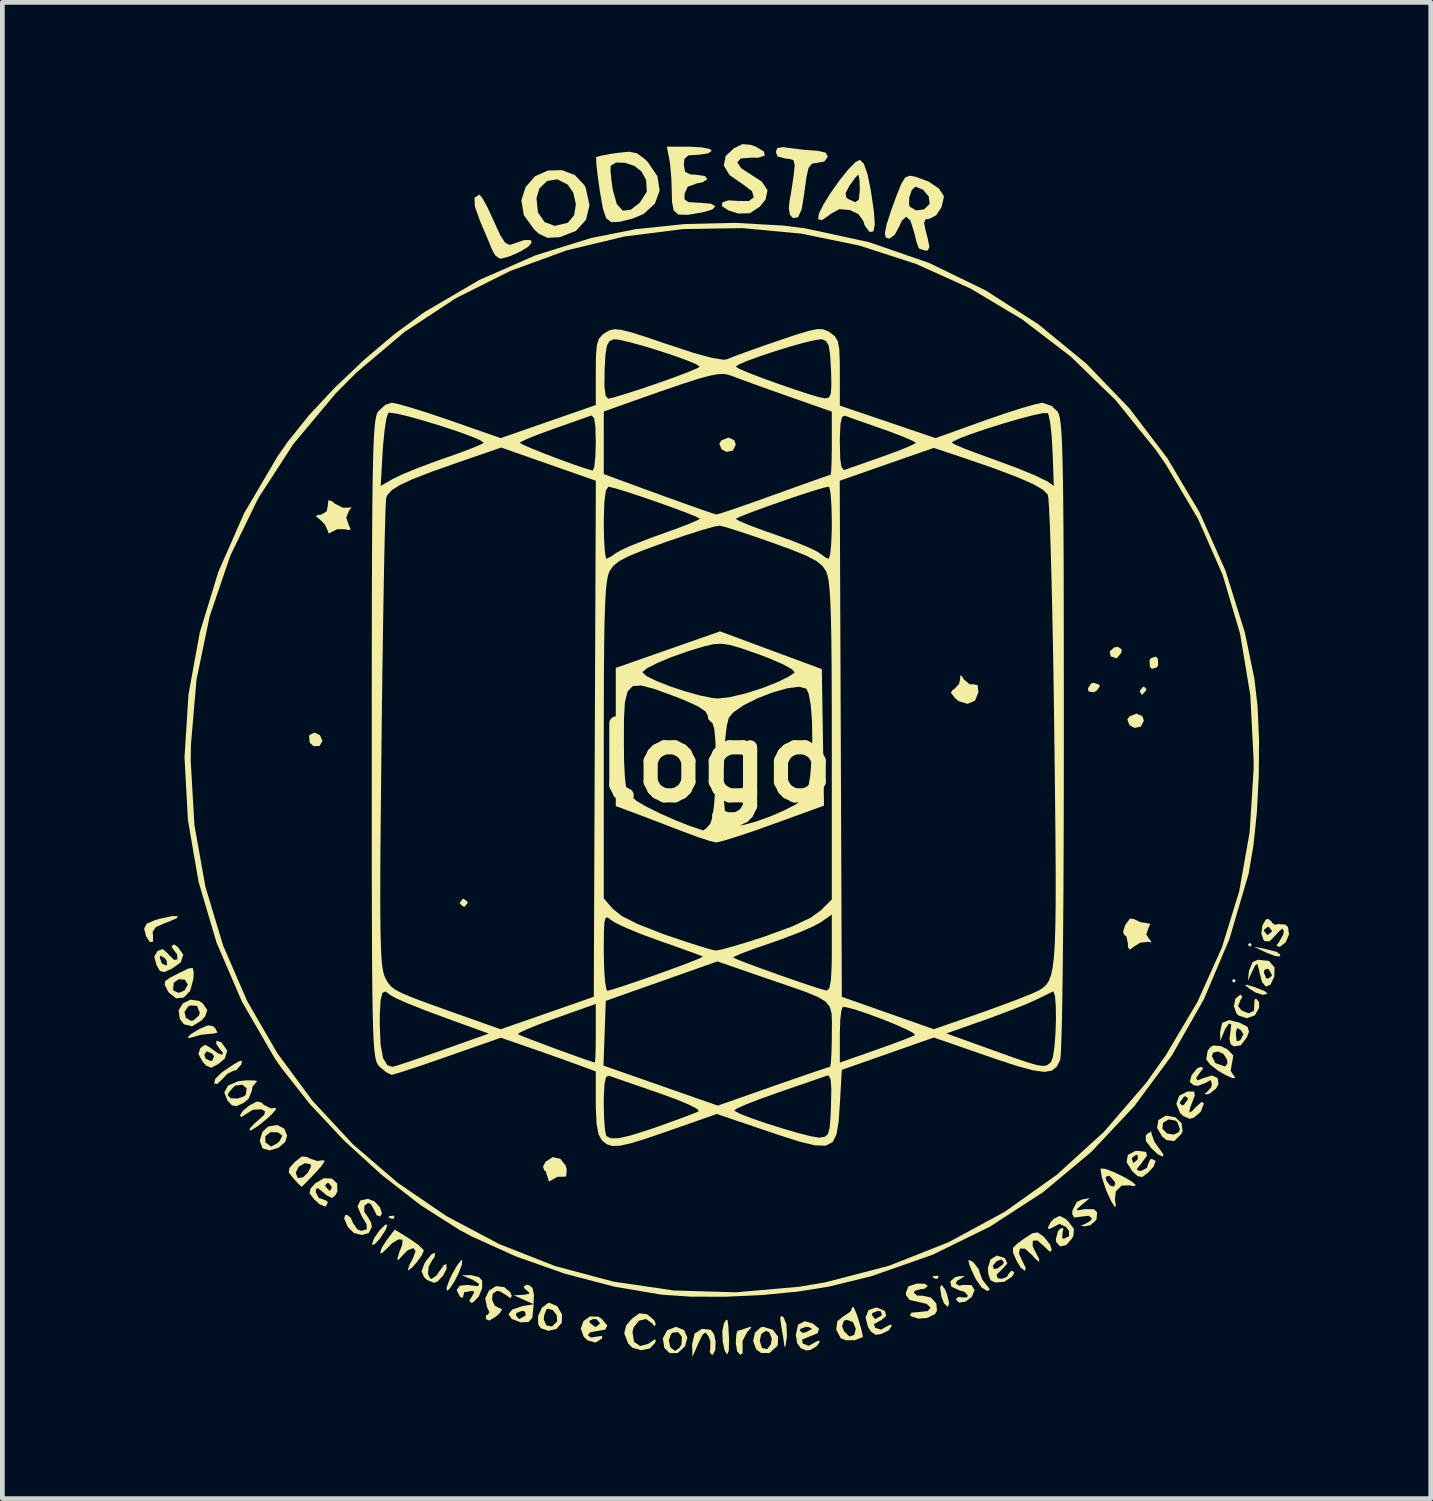
<source format=kicad_pcb>
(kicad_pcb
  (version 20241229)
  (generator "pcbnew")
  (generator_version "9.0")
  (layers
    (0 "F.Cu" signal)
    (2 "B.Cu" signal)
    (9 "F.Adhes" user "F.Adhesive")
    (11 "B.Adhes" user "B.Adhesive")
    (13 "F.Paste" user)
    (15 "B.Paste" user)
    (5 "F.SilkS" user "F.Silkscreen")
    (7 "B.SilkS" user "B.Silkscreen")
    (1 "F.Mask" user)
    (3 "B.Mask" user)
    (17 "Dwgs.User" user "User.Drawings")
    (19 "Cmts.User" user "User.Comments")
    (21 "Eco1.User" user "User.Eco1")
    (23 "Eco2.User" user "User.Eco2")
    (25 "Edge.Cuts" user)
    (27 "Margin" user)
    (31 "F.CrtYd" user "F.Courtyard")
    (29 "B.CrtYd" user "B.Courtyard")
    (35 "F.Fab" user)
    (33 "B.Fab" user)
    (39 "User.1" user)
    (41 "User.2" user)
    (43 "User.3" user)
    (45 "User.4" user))
  (footprint "logo"
    (layer "F.Cu")
    (at 12.099 13.093)
    (property "Reference" "logo" (at 0 0 0) (layer "F.SilkS") (effects (font (size 1.524 1.524) (thickness 0.3))))
    (attr board_only exclude_from_pos_files exclude_from_bom)
    (fp_poly (pts (xy -3.852 11.459) (xy -3.857 11.46) (xy -3.856 11.458)) (stroke (width 0) (type solid)) (fill yes) (layer "F.SilkS"))
    (fp_poly (pts (xy 11.007 4.614) (xy 10.964 4.657) (xy 10.922 4.614) (xy 10.964 4.572)) (stroke (width 0) (type solid)) (fill yes) (layer "F.SilkS"))
    (fp_poly (pts (xy 11.345 3.852) (xy 11.303 3.895) (xy 11.261 3.852) (xy 11.303 3.81)) (stroke (width 0) (type solid)) (fill yes) (layer "F.SilkS"))
    (fp_poly (pts (xy -6.802 9.596) (xy -6.813 9.646) (xy -6.858 9.652) (xy -6.928 9.621) (xy -6.914 9.596) (xy -6.814 9.585)) (stroke (width 0) (type solid)) (fill yes) (layer "F.SilkS"))
    (fp_poly (pts (xy 4.713 10.866) (xy 4.701 10.916) (xy 4.657 10.922) (xy 4.587 10.891) (xy 4.6 10.866) (xy 4.701 10.855)) (stroke (width 0) (type solid)) (fill yes) (layer "F.SilkS"))
    (fp_poly (pts (xy -8.376 -0.583) (xy -8.326 -0.462) (xy -8.385 -0.357) (xy -8.507 -0.351) (xy -8.594 -0.423) (xy -8.608 -0.563) (xy -8.596 -0.589) (xy -8.492 -0.64)) (stroke (width 0) (type solid)) (fill yes) (layer "F.SilkS"))
    (fp_poly (pts (xy -5.252 2.943) (xy -5.249 2.963) (xy -5.314 3.046) (xy -5.334 3.048) (xy -5.416 2.984) (xy -5.419 2.963) (xy -5.354 2.881) (xy -5.334 2.879)) (stroke (width 0) (type solid)) (fill yes) (layer "F.SilkS"))
    (fp_poly (pts (xy 0.391 -6.827) (xy 0.423 -6.733) (xy 0.36 -6.607) (xy 0.224 -6.579) (xy 0.119 -6.639) (xy 0.074 -6.759) (xy 0.121 -6.825) (xy 0.267 -6.883)) (stroke (width 0) (type solid)) (fill yes) (layer "F.SilkS"))
    (fp_poly (pts (xy 8.114 -1.652) (xy 8.128 -1.618) (xy 8.061 -1.525) (xy 8.001 -1.493) (xy 7.892 -1.506) (xy 7.874 -1.569) (xy 7.942 -1.679) (xy 8.001 -1.693)) (stroke (width 0) (type solid)) (fill yes) (layer "F.SilkS"))
    (fp_poly (pts (xy 8.592 -2.398) (xy 8.582 -2.328) (xy 8.485 -2.209) (xy 8.36 -2.251) (xy 8.356 -2.255) (xy 8.337 -2.359) (xy 8.433 -2.442) (xy 8.511 -2.455)) (stroke (width 0) (type solid)) (fill yes) (layer "F.SilkS"))
    (fp_poly (pts (xy 9.027 -0.985) (xy 9.059 -0.891) (xy 8.996 -0.765) (xy 8.86 -0.737) (xy 8.755 -0.797) (xy 8.71 -0.917) (xy 8.757 -0.983) (xy 8.903 -1.041)) (stroke (width 0) (type solid)) (fill yes) (layer "F.SilkS"))
    (fp_poly (pts (xy 9.115 -1.557) (xy 9.102 -1.524) (xy 9.026 -1.443) (xy 9.012 -1.439) (xy 8.976 -1.505) (xy 8.975 -1.524) (xy 9.04 -1.605) (xy 9.064 -1.609)) (stroke (width 0) (type solid)) (fill yes) (layer "F.SilkS"))
    (fp_poly (pts (xy 9.356 -2.201) (xy 9.362 -2.061) (xy 9.332 -2.017) (xy 9.229 -1.987) (xy 9.186 -2.032) (xy 9.18 -2.172) (xy 9.21 -2.216) (xy 9.313 -2.246)) (stroke (width 0) (type solid)) (fill yes) (layer "F.SilkS"))
    (fp_poly (pts (xy 11.641 3.943) (xy 11.873 4.003) (xy 11.949 4.063) (xy 11.931 4.099) (xy 11.839 4.09) (xy 11.662 4.023) (xy 11.642 4.013) (xy 11.388 3.894)) (stroke (width 0) (type solid)) (fill yes) (layer "F.SilkS"))
    (fp_poly (pts (xy 4.856 11.154) (xy 4.896 11.256) (xy 4.939 11.439) (xy 4.911 11.514) (xy 4.908 11.515) (xy 4.831 11.443) (xy 4.775 11.299) (xy 4.746 11.099) (xy 4.781 11.048)) (stroke (width 0) (type solid)) (fill yes) (layer "F.SilkS"))
    (fp_poly (pts (xy -6.951 9.78) (xy -6.985 9.882) (xy -7.096 10.054) (xy -7.112 10.075) (xy -7.224 10.192) (xy -7.278 10.199) (xy -7.279 10.191) (xy -7.231 10.062) (xy -7.115 9.894) (xy -6.995 9.775)) (stroke (width 0) (type solid)) (fill yes) (layer "F.SilkS"))
    (fp_poly (pts (xy 11.404 4.749) (xy 11.409 4.751) (xy 11.619 4.834) (xy 11.679 4.889) (xy 11.582 4.911) (xy 11.573 4.911) (xy 11.423 4.862) (xy 11.298 4.785) (xy 11.204 4.706) (xy 11.233 4.696)) (stroke (width 0) (type solid)) (fill yes) (layer "F.SilkS"))
    (fp_poly (pts (xy -5.372 10.619) (xy -5.439 10.794) (xy -5.537 10.987) (xy -5.634 11.133) (xy -5.69 11.176) (xy -5.698 11.11) (xy -5.637 10.941) (xy -5.584 10.829) (xy -5.472 10.633) (xy -5.389 10.528) (xy -5.367 10.522)) (stroke (width 0) (type solid)) (fill yes) (layer "F.SilkS"))
    (fp_poly (pts (xy -3.945 11.058) (xy -3.877 11.119) (xy -3.849 11.257) (xy -3.856 11.458) (xy -4.276 11.271) (xy -4.064 11.259) (xy -3.944 11.237) (xy -3.958 11.205) (xy -4.056 11.118) (xy -4.064 11.087) (xy -4.002 11.045)) (stroke (width 0) (type solid)) (fill yes) (layer "F.SilkS"))
    (fp_poly (pts (xy 9.229 7.872) (xy 9.282 8.021) (xy 9.369 8.143) (xy 9.473 8.287) (xy 9.46 8.337) (xy 9.358 8.288) (xy 9.227 8.169) (xy 9.101 8.004) (xy 9.099 7.893) (xy 9.128 7.856) (xy 9.211 7.802)) (stroke (width 0) (type solid)) (fill yes) (layer "F.SilkS"))
    (fp_poly (pts (xy 0.249 11.799) (xy 0.265 11.924) (xy 0.28 12.188) (xy 0.281 12.213) (xy 0.275 12.445) (xy 0.238 12.523) (xy 0.187 12.441) (xy 0.146 12.255) (xy 0.138 12.025) (xy 0.176 11.855) (xy 0.177 11.853) (xy 0.222 11.785)) (stroke (width 0) (type solid)) (fill yes) (layer "F.SilkS"))
    (fp_poly (pts (xy 1.434 11.736) (xy 1.495 11.884) (xy 1.505 12.124) (xy 1.502 12.16) (xy 1.478 12.332) (xy 1.459 12.375) (xy 1.454 12.351) (xy 1.428 12.174) (xy 1.387 11.936) (xy 1.386 11.927) (xy 1.362 11.746) (xy 1.392 11.706)) (stroke (width 0) (type solid)) (fill yes) (layer "F.SilkS"))
    (fp_poly (pts (xy -10.641 5.573) (xy -10.589 5.624) (xy -10.547 5.711) (xy -10.646 5.735) (xy -10.686 5.735) (xy -10.911 5.759) (xy -11.028 5.795) (xy -11.149 5.827) (xy -11.176 5.811) (xy -11.109 5.743) (xy -10.946 5.643) (xy -10.931 5.635) (xy -10.748 5.557)) (stroke (width 0) (type solid)) (fill yes) (layer "F.SilkS"))
    (fp_poly (pts (xy -10.025 6.316) (xy -10.043 6.388) (xy -10.146 6.503) (xy -10.207 6.519) (xy -10.338 6.583) (xy -10.443 6.695) (xy -10.551 6.798) (xy -10.618 6.786) (xy -10.592 6.687) (xy -10.459 6.556) (xy -10.436 6.54) (xy -10.195 6.377) (xy -10.066 6.306)) (stroke (width 0) (type solid)) (fill yes) (layer "F.SilkS"))
    (fp_poly (pts (xy 5.398 10.536) (xy 5.461 10.583) (xy 5.568 10.724) (xy 5.588 10.799) (xy 5.643 10.944) (xy 5.721 11.043) (xy 5.803 11.145) (xy 5.754 11.176) (xy 5.737 11.176) (xy 5.628 11.106) (xy 5.505 10.933) (xy 5.477 10.877) (xy 5.369 10.636) (xy 5.343 10.527)) (stroke (width 0) (type solid)) (fill yes) (layer "F.SilkS"))
    (fp_poly (pts (xy -11.405 3.287) (xy -11.575 3.364) (xy -11.644 3.387) (xy -11.849 3.476) (xy -11.919 3.578) (xy -11.911 3.65) (xy -11.911 3.786) (xy -11.978 3.794) (xy -12.056 3.676) (xy -12.099 3.51) (xy -12.046 3.407) (xy -11.868 3.33) (xy -11.76 3.3) (xy -11.51 3.246) (xy -11.388 3.245)) (stroke (width 0) (type solid)) (fill yes) (layer "F.SilkS"))
    (fp_poly (pts (xy -3.291 8.382) (xy -3.175 8.529) (xy -3.154 8.62) (xy -3.167 8.754) (xy -3.221 8.761) (xy -3.352 8.762) (xy -3.433 8.808) (xy -3.531 8.864) (xy -3.556 8.783) (xy -3.556 8.78) (xy -3.599 8.648) (xy -3.635 8.622) (xy -3.655 8.544) (xy -3.603 8.444) (xy -3.452 8.346)) (stroke (width 0) (type solid)) (fill yes) (layer "F.SilkS"))
    (fp_poly (pts (xy 0.73 11.979) (xy 0.664 12.047) (xy 0.566 12.235) (xy 0.568 12.36) (xy 0.566 12.497) (xy 0.518 12.531) (xy 0.452 12.457) (xy 0.423 12.28) (xy 0.423 12.277) (xy 0.434 12.098) (xy 0.458 12.023) (xy 0.459 12.023) (xy 0.558 11.996) (xy 0.649 11.964) (xy 0.754 11.931)) (stroke (width 0) (type solid)) (fill yes) (layer "F.SilkS"))
    (fp_poly (pts (xy 5.225 -1.81) (xy 5.254 -1.76) (xy 5.373 -1.661) (xy 5.455 -1.66) (xy 5.542 -1.641) (xy 5.558 -1.493) (xy 5.485 -1.313) (xy 5.327 -1.246) (xy 5.136 -1.306) (xy 5.065 -1.366) (xy 4.975 -1.482) (xy 5.013 -1.544) (xy 5.044 -1.557) (xy 5.149 -1.671) (xy 5.167 -1.754) (xy 5.178 -1.858)) (stroke (width 0) (type solid)) (fill yes) (layer "F.SilkS"))
    (fp_poly (pts (xy -0.106 12.001) (xy -0.036 12.093) (xy -0.003 12.259) (xy -0.011 12.428) (xy -0.062 12.526) (xy -0.082 12.531) (xy -0.13 12.469) (xy -0.117 12.409) (xy -0.116 12.238) (xy -0.155 12.137) (xy -0.217 12.058) (xy -0.278 12.099) (xy -0.366 12.279) (xy -0.366 12.28) (xy -0.494 12.573) (xy -0.501 12.308) (xy -0.449 12.081) (xy -0.293 11.98)) (stroke (width 0) (type solid)) (fill yes) (layer "F.SilkS"))
    (fp_poly (pts (xy 8.843 3.306) (xy 8.99 3.375) (xy 9.087 3.387) (xy 9.196 3.41) (xy 9.156 3.499) (xy 9.111 3.633) (xy 9.167 3.721) (xy 9.225 3.8) (xy 9.146 3.79) (xy 9.144 3.789) (xy 8.985 3.807) (xy 8.869 3.877) (xy 8.758 3.957) (xy 8.723 3.901) (xy 8.721 3.823) (xy 8.691 3.679) (xy 8.644 3.641) (xy 8.619 3.576) (xy 8.665 3.433) (xy 8.765 3.297)) (stroke (width 0) (type solid)) (fill yes) (layer "F.SilkS"))
    (fp_poly (pts (xy 11.144 4.958) (xy 11.101 5.026) (xy 11.054 5.151) (xy 11.129 5.245) (xy 11.278 5.303) (xy 11.388 5.25) (xy 11.397 5.117) (xy 11.396 5.114) (xy 11.402 5.01) (xy 11.439 4.995) (xy 11.497 5.066) (xy 11.499 5.186) (xy 11.408 5.346) (xy 11.239 5.406) (xy 11.062 5.349) (xy 11.019 5.306) (xy 10.964 5.153) (xy 10.995 4.995) (xy 11.094 4.912) (xy 11.111 4.911)) (stroke (width 0) (type solid)) (fill yes) (layer "F.SilkS"))
    (fp_poly (pts (xy -3.858 11.505) (xy -3.883 11.748) (xy -3.962 11.834) (xy -4.129 11.843) (xy -4.317 11.771) (xy -4.378 11.684) (xy -4.233 11.684) (xy -4.173 11.766) (xy -4.154 11.769) (xy -4.039 11.707) (xy -4.022 11.684) (xy -4.041 11.612) (xy -4.101 11.599) (xy -4.217 11.644) (xy -4.233 11.684) (xy -4.378 11.684) (xy -4.388 11.67) (xy -4.309 11.573) (xy -4.101 11.501) (xy -4.064 11.494) (xy -3.857 11.46)) (stroke (width 0) (type solid)) (fill yes) (layer "F.SilkS"))
    (fp_poly (pts (xy 7.747 9.354) (xy 7.636 9.453) (xy 7.665 9.473) (xy 7.802 9.447) (xy 8.002 9.448) (xy 8.07 9.515) (xy 8.056 9.672) (xy 7.928 9.787) (xy 7.794 9.812) (xy 7.722 9.795) (xy 7.811 9.763) (xy 7.936 9.689) (xy 7.959 9.637) (xy 7.889 9.587) (xy 7.741 9.604) (xy 7.585 9.625) (xy 7.542 9.552) (xy 7.55 9.466) (xy 7.641 9.294) (xy 7.747 9.243) (xy 7.916 9.213)) (stroke (width 0) (type solid)) (fill yes) (layer "F.SilkS"))
    (fp_poly (pts (xy -5.942 10.37) (xy -5.951 10.46) (xy -5.996 10.517) (xy -6.075 10.658) (xy -6.092 10.815) (xy -6.044 10.914) (xy -6.014 10.922) (xy -5.915 10.856) (xy -5.838 10.745) (xy -5.751 10.626) (xy -5.701 10.611) (xy -5.698 10.715) (xy -5.776 10.86) (xy -5.889 10.978) (xy -5.962 11.007) (xy -6.109 10.947) (xy -6.176 10.885) (xy -6.228 10.761) (xy -6.167 10.6) (xy -6.133 10.544) (xy -6.02 10.405) (xy -5.944 10.368)) (stroke (width 0) (type solid)) (fill yes) (layer "F.SilkS"))
    (fp_poly (pts (xy -10.932 5.04) (xy -10.854 5.097) (xy -10.762 5.233) (xy -10.805 5.365) (xy -10.886 5.455) (xy -11.082 5.577) (xy -11.254 5.536) (xy -11.342 5.425) (xy -11.364 5.275) (xy -11.245 5.275) (xy -11.214 5.399) (xy -11.109 5.461) (xy -11.052 5.451) (xy -10.938 5.347) (xy -10.922 5.288) (xy -10.979 5.145) (xy -11.12 5.136) (xy -11.171 5.162) (xy -11.245 5.275) (xy -11.364 5.275) (xy -11.369 5.239) (xy -11.277 5.091) (xy -11.114 5.013)) (stroke (width 0) (type solid)) (fill yes) (layer "F.SilkS"))
    (fp_poly (pts (xy -9.614 7.191) (xy -9.569 7.237) (xy -9.417 7.314) (xy -9.328 7.305) (xy -9.3 7.323) (xy -9.384 7.426) (xy -9.483 7.52) (xy -9.675 7.678) (xy -9.824 7.773) (xy -9.864 7.785) (xy -9.862 7.738) (xy -9.753 7.625) (xy -9.708 7.587) (xy -9.56 7.453) (xy -9.537 7.38) (xy -9.614 7.334) (xy -9.797 7.344) (xy -9.918 7.419) (xy -10.034 7.495) (xy -10.075 7.474) (xy -10.011 7.368) (xy -9.871 7.252) (xy -9.712 7.168)) (stroke (width 0) (type solid)) (fill yes) (layer "F.SilkS"))
    (fp_poly (pts (xy -8.13 -5.539) (xy -8.065 -5.485) (xy -7.897 -5.399) (xy -7.789 -5.398) (xy -7.709 -5.409) (xy -7.764 -5.332) (xy -7.822 -5.189) (xy -7.776 -5.054) (xy -7.726 -4.934) (xy -7.786 -4.925) (xy -7.833 -4.942) (xy -8.015 -4.943) (xy -8.096 -4.902) (xy -8.192 -4.85) (xy -8.213 -4.912) (xy -8.274 -5.045) (xy -8.361 -5.131) (xy -8.463 -5.218) (xy -8.427 -5.244) (xy -8.361 -5.247) (xy -8.237 -5.318) (xy -8.213 -5.432) (xy -8.199 -5.557)) (stroke (width 0) (type solid)) (fill yes) (layer "F.SilkS"))
    (fp_poly (pts (xy -4.477 11.097) (xy -4.348 11.207) (xy -4.318 11.281) (xy -4.347 11.334) (xy -4.42 11.278) (xy -4.57 11.187) (xy -4.631 11.176) (xy -4.722 11.237) (xy -4.735 11.367) (xy -4.676 11.491) (xy -4.605 11.53) (xy -4.524 11.565) (xy -4.567 11.643) (xy -4.639 11.711) (xy -4.792 11.805) (xy -4.865 11.774) (xy -4.863 11.692) (xy -4.83 11.684) (xy -4.791 11.629) (xy -4.843 11.519) (xy -4.88 11.336) (xy -4.801 11.171) (xy -4.651 11.076)) (stroke (width 0) (type solid)) (fill yes) (layer "F.SilkS"))
    (fp_poly (pts (xy -0.673 12.005) (xy -0.602 12.166) (xy -0.652 12.352) (xy -0.807 12.492) (xy -0.975 12.495) (xy -1.088 12.385) (xy -1.115 12.221) (xy -0.995 12.221) (xy -0.963 12.369) (xy -0.867 12.446) (xy -0.858 12.446) (xy -0.765 12.378) (xy -0.726 12.305) (xy -0.718 12.145) (xy -0.797 12.049) (xy -0.916 12.062) (xy -0.943 12.085) (xy -0.995 12.221) (xy -1.115 12.221) (xy -1.121 12.181) (xy -1.03 12.011) (xy -0.846 11.938) (xy -0.84 11.938)) (stroke (width 0) (type solid)) (fill yes) (layer "F.SilkS"))
    (fp_poly (pts (xy 1.204 11.999) (xy 1.318 12.146) (xy 1.313 12.321) (xy 1.298 12.347) (xy 1.136 12.493) (xy 0.955 12.491) (xy 0.853 12.411) (xy 0.79 12.237) (xy 0.79 12.236) (xy 0.93 12.236) (xy 0.976 12.377) (xy 0.985 12.387) (xy 1.087 12.409) (xy 1.166 12.306) (xy 1.185 12.187) (xy 1.131 12.053) (xy 1.058 12.023) (xy 0.962 12.09) (xy 0.93 12.236) (xy 0.79 12.236) (xy 0.83 12.06) (xy 0.951 11.948) (xy 1.011 11.938)) (stroke (width 0) (type solid)) (fill yes) (layer "F.SilkS"))
    (fp_poly (pts (xy 9.727 7.502) (xy 9.857 7.628) (xy 9.879 7.796) (xy 9.853 7.855) (xy 9.704 8.005) (xy 9.543 7.988) (xy 9.446 7.91) (xy 9.349 7.744) (xy 9.451 7.744) (xy 9.551 7.846) (xy 9.693 7.869) (xy 9.803 7.814) (xy 9.821 7.752) (xy 9.767 7.606) (xy 9.733 7.575) (xy 9.582 7.548) (xy 9.466 7.619) (xy 9.451 7.744) (xy 9.349 7.744) (xy 9.339 7.725) (xy 9.366 7.562) (xy 9.519 7.47) (xy 9.533 7.468)) (stroke (width 0) (type solid)) (fill yes) (layer "F.SilkS"))
    (fp_poly (pts (xy -9.133 7.743) (xy -9.072 7.891) (xy -9.112 8.024) (xy -9.257 8.15) (xy -9.443 8.204) (xy -9.591 8.161) (xy -9.592 8.16) (xy -9.653 7.996) (xy -9.624 7.904) (xy -9.534 7.904) (xy -9.533 8.031) (xy -9.53 8.036) (xy -9.412 8.123) (xy -9.267 8.044) (xy -9.229 8.002) (xy -9.173 7.891) (xy -9.265 7.822) (xy -9.267 7.821) (xy -9.426 7.818) (xy -9.534 7.904) (xy -9.624 7.904) (xy -9.595 7.812) (xy -9.473 7.699) (xy -9.283 7.665)) (stroke (width 0) (type solid)) (fill yes) (layer "F.SilkS"))
    (fp_poly (pts (xy -5.013 10.885) (xy -4.944 10.958) (xy -4.944 11.12) (xy -5.019 11.298) (xy -5.131 11.417) (xy -5.178 11.43) (xy -5.217 11.384) (xy -5.165 11.303) (xy -5.108 11.198) (xy -5.154 11.176) (xy -5.325 11.207) (xy -5.349 11.303) (xy -5.371 11.329) (xy -5.422 11.289) (xy -5.485 11.158) (xy -5.413 11.066) (xy -5.242 11.05) (xy -5.202 11.058) (xy -5.033 11.077) (xy -5.009 11.031) (xy -5.134 10.947) (xy -5.186 10.925) (xy -5.376 10.848) (xy -5.183 10.843)) (stroke (width 0) (type solid)) (fill yes) (layer "F.SilkS"))
    (fp_poly (pts (xy -3.354 11.502) (xy -3.255 11.674) (xy -3.258 11.849) (xy -3.37 11.981) (xy -3.542 12.022) (xy -3.702 11.968) (xy -3.758 11.89) (xy -3.761 11.783) (xy -3.641 11.783) (xy -3.585 11.91) (xy -3.467 11.929) (xy -3.363 11.829) (xy -3.358 11.817) (xy -3.368 11.688) (xy -3.453 11.58) (xy -3.558 11.554) (xy -3.585 11.572) (xy -3.633 11.696) (xy -3.641 11.783) (xy -3.761 11.783) (xy -3.762 11.71) (xy -3.68 11.533) (xy -3.551 11.434) (xy -3.521 11.43)) (stroke (width 0) (type solid)) (fill yes) (layer "F.SilkS"))
    (fp_poly (pts (xy 5.274 10.865) (xy 5.228 10.891) (xy 5.228 10.891) (xy 5.103 10.967) (xy 5.08 11.019) (xy 5.146 11.065) (xy 5.242 11.051) (xy 5.411 11.054) (xy 5.477 11.16) (xy 5.416 11.307) (xy 5.281 11.405) (xy 5.147 11.425) (xy 5.08 11.357) (xy 5.08 11.348) (xy 5.142 11.301) (xy 5.207 11.315) (xy 5.316 11.314) (xy 5.334 11.276) (xy 5.262 11.197) (xy 5.144 11.161) (xy 4.986 11.089) (xy 4.962 10.977) (xy 5.066 10.885) (xy 5.165 10.864)) (stroke (width 0) (type solid)) (fill yes) (layer "F.SilkS"))
    (fp_poly (pts (xy -11.049 4.433) (xy -11.058 4.583) (xy -11.125 4.828) (xy -11.259 4.968) (xy -11.422 4.986) (xy -11.575 4.865) (xy -11.603 4.819) (xy -11.614 4.797) (xy -11.486 4.797) (xy -11.475 4.822) (xy -11.369 4.87) (xy -11.243 4.818) (xy -11.176 4.7) (xy -11.176 4.69) (xy -11.237 4.592) (xy -11.366 4.58) (xy -11.472 4.657) (xy -11.486 4.797) (xy -11.614 4.797) (xy -11.664 4.698) (xy -11.657 4.623) (xy -11.554 4.55) (xy -11.371 4.456) (xy -11.163 4.354) (xy -11.069 4.341)) (stroke (width 0) (type solid)) (fill yes) (layer "F.SilkS"))
    (fp_poly (pts (xy -4.94 -11.951) (xy -4.835 -11.761) (xy -4.711 -11.493) (xy -4.7 -11.468) (xy -4.564 -11.17) (xy -4.46 -11.009) (xy -4.371 -10.96) (xy -4.328 -10.969) (xy -4.058 -11.062) (xy -3.92 -11.062) (xy -3.895 -11.012) (xy -3.965 -10.925) (xy -4.136 -10.819) (xy -4.346 -10.724) (xy -4.533 -10.671) (xy -4.571 -10.668) (xy -4.668 -10.738) (xy -4.735 -10.858) (xy -4.812 -11.047) (xy -4.925 -11.313) (xy -4.987 -11.459) (xy -5.099 -11.772) (xy -5.107 -11.958) (xy -5.009 -12.023) (xy -5.003 -12.023)) (stroke (width 0) (type solid)) (fill yes) (layer "F.SilkS"))
    (fp_poly (pts (xy -1.472 11.668) (xy -1.437 11.685) (xy -1.305 11.797) (xy -1.271 11.877) (xy -1.296 11.926) (xy -1.345 11.866) (xy -1.477 11.772) (xy -1.627 11.808) (xy -1.739 11.95) (xy -1.763 12.045) (xy -1.731 12.253) (xy -1.604 12.344) (xy -1.423 12.295) (xy -1.382 12.265) (xy -1.281 12.194) (xy -1.274 12.243) (xy -1.284 12.277) (xy -1.398 12.397) (xy -1.584 12.432) (xy -1.769 12.378) (xy -1.857 12.287) (xy -1.938 12.074) (xy -1.895 11.905) (xy -1.776 11.767) (xy -1.619 11.652)) (stroke (width 0) (type solid)) (fill yes) (layer "F.SilkS"))
    (fp_poly (pts (xy 7.398 9.65) (xy 7.464 9.712) (xy 7.579 9.865) (xy 7.569 10.007) (xy 7.541 10.065) (xy 7.415 10.208) (xy 7.286 10.235) (xy 7.204 10.144) (xy 7.197 10.08) (xy 7.243 9.913) (xy 7.296 9.855) (xy 7.359 9.851) (xy 7.341 9.934) (xy 7.33 10.052) (xy 7.364 10.075) (xy 7.476 10.02) (xy 7.471 9.898) (xy 7.407 9.821) (xy 7.272 9.759) (xy 7.154 9.821) (xy 7.052 9.872) (xy 7.027 9.842) (xy 7.086 9.723) (xy 7.159 9.648) (xy 7.276 9.59)) (stroke (width 0) (type solid)) (fill yes) (layer "F.SilkS"))
    (fp_poly (pts (xy 10.318 6.463) (xy 10.262 6.536) (xy 10.166 6.67) (xy 10.195 6.722) (xy 10.327 6.67) (xy 10.504 6.618) (xy 10.622 6.675) (xy 10.639 6.804) (xy 10.586 6.897) (xy 10.453 7.002) (xy 10.382 7.021) (xy 10.347 6.996) (xy 10.393 6.971) (xy 10.488 6.86) (xy 10.499 6.798) (xy 10.475 6.714) (xy 10.381 6.766) (xy 10.373 6.772) (xy 10.205 6.837) (xy 10.115 6.826) (xy 10.029 6.754) (xy 10.069 6.616) (xy 10.075 6.605) (xy 10.185 6.47) (xy 10.265 6.435)) (stroke (width 0) (type solid)) (fill yes) (layer "F.SilkS"))
    (fp_poly (pts (xy 2.97 11.638) (xy 3.013 11.763) (xy 3.079 11.987) (xy 3.111 12.13) (xy 3.111 12.154) (xy 2.945 12.22) (xy 2.75 12.222) (xy 2.642 12.175) (xy 2.548 11.997) (xy 2.557 11.924) (xy 2.672 11.924) (xy 2.713 12.03) (xy 2.827 12.142) (xy 2.929 12.109) (xy 2.963 11.98) (xy 2.903 11.835) (xy 2.77 11.789) (xy 2.709 11.811) (xy 2.672 11.924) (xy 2.557 11.924) (xy 2.572 11.819) (xy 2.704 11.71) (xy 2.709 11.709) (xy 2.851 11.614) (xy 2.887 11.526) (xy 2.913 11.515)) (stroke (width 0) (type solid)) (fill yes) (layer "F.SilkS"))
    (fp_poly (pts (xy -9.759 6.723) (xy -9.7 6.74) (xy -9.716 6.749) (xy -9.805 6.855) (xy -9.821 6.947) (xy -9.889 7.112) (xy -9.985 7.194) (xy -10.145 7.268) (xy -10.24 7.25) (xy -10.335 7.147) (xy -10.378 7.038) (xy -10.329 7.038) (xy -10.264 7.1) (xy -10.121 7.106) (xy -9.984 7.059) (xy -9.944 7.02) (xy -9.929 6.889) (xy -10.022 6.813) (xy -10.161 6.83) (xy -10.199 6.855) (xy -10.307 6.978) (xy -10.329 7.038) (xy -10.378 7.038) (xy -10.403 6.975) (xy -10.322 6.832) (xy -10.114 6.741) (xy -9.939 6.721)) (stroke (width 0) (type solid)) (fill yes) (layer "F.SilkS"))
    (fp_poly (pts (xy 4.423 11.026) (xy 4.487 11.071) (xy 4.418 11.132) (xy 4.339 11.14) (xy 4.214 11.174) (xy 4.191 11.218) (xy 4.261 11.276) (xy 4.377 11.279) (xy 4.553 11.318) (xy 4.667 11.443) (xy 4.681 11.598) (xy 4.636 11.671) (xy 4.478 11.749) (xy 4.281 11.764) (xy 4.13 11.712) (xy 4.109 11.689) (xy 4.143 11.637) (xy 4.286 11.625) (xy 4.487 11.604) (xy 4.546 11.53) (xy 4.459 11.45) (xy 4.302 11.415) (xy 4.101 11.369) (xy 4.026 11.267) (xy 4.022 11.218) (xy 4.078 11.08) (xy 4.255 11.022)) (stroke (width 0) (type solid)) (fill yes) (layer "F.SilkS"))
    (fp_poly (pts (xy 11.708 4.194) (xy 11.825 4.331) (xy 11.821 4.521) (xy 11.741 4.693) (xy 11.642 4.738) (xy 11.561 4.64) (xy 11.559 4.636) (xy 11.513 4.465) (xy 11.508 4.44) (xy 11.599 4.44) (xy 11.644 4.556) (xy 11.684 4.572) (xy 11.766 4.511) (xy 11.769 4.492) (xy 11.707 4.378) (xy 11.684 4.36) (xy 11.612 4.38) (xy 11.599 4.44) (xy 11.508 4.44) (xy 11.49 4.36) (xy 11.459 4.255) (xy 11.414 4.289) (xy 11.359 4.403) (xy 11.262 4.614) (xy 11.283 4.403) (xy 11.36 4.219) (xy 11.472 4.169)) (stroke (width 0) (type solid)) (fill yes) (layer "F.SilkS"))
    (fp_poly (pts (xy -8.646 8.342) (xy -8.609 8.369) (xy -8.434 8.428) (xy -8.329 8.413) (xy -8.274 8.423) (xy -8.349 8.54) (xy -8.462 8.666) (xy -8.631 8.842) (xy -8.742 8.954) (xy -8.766 8.975) (xy -8.825 8.92) (xy -8.935 8.802) (xy -9.034 8.676) (xy -8.89 8.676) (xy -8.846 8.792) (xy -8.734 8.771) (xy -8.634 8.676) (xy -8.568 8.549) (xy -8.578 8.496) (xy -8.697 8.474) (xy -8.827 8.548) (xy -8.89 8.673) (xy -8.89 8.676) (xy -9.034 8.676) (xy -9.036 8.673) (xy -9.025 8.577) (xy -8.91 8.449) (xy -8.761 8.332)) (stroke (width 0) (type solid)) (fill yes) (layer "F.SilkS"))
    (fp_poly (pts (xy -2.487 11.723) (xy -2.412 11.77) (xy -2.296 11.91) (xy -2.34 11.998) (xy -2.498 12.023) (xy -2.657 12.054) (xy -2.709 12.113) (xy -2.643 12.164) (xy -2.529 12.146) (xy -2.404 12.128) (xy -2.407 12.183) (xy -2.542 12.271) (xy -2.713 12.224) (xy -2.793 12.151) (xy -2.858 11.974) (xy -2.8 11.815) (xy -2.793 11.81) (xy -2.675 11.81) (xy -2.667 11.853) (xy -2.559 11.935) (xy -2.535 11.938) (xy -2.458 11.873) (xy -2.455 11.853) (xy -2.524 11.779) (xy -2.587 11.769) (xy -2.675 11.81) (xy -2.793 11.81) (xy -2.662 11.717)) (stroke (width 0) (type solid)) (fill yes) (layer "F.SilkS"))
    (fp_poly (pts (xy 11.091 5.503) (xy 11.254 5.589) (xy 11.285 5.689) (xy 11.242 5.808) (xy 11.113 5.978) (xy 10.966 6.003) (xy 10.895 5.956) (xy 10.871 5.841) (xy 10.883 5.757) (xy 11.007 5.757) (xy 11.024 5.892) (xy 11.088 5.878) (xy 11.108 5.859) (xy 11.166 5.744) (xy 11.108 5.656) (xy 11.032 5.614) (xy 11.007 5.717) (xy 11.007 5.757) (xy 10.883 5.757) (xy 10.89 5.702) (xy 10.908 5.538) (xy 10.861 5.518) (xy 10.777 5.643) (xy 10.755 5.694) (xy 10.679 5.884) (xy 10.673 5.699) (xy 10.716 5.506) (xy 10.863 5.444)) (stroke (width 0) (type solid)) (fill yes) (layer "F.SilkS"))
    (fp_poly (pts (xy -6.488 10.069) (xy -6.299 10.2) (xy -6.19 10.304) (xy -6.181 10.327) (xy -6.222 10.422) (xy -6.317 10.557) (xy -6.424 10.68) (xy -6.502 10.741) (xy -6.517 10.73) (xy -6.478 10.614) (xy -6.417 10.501) (xy -6.354 10.336) (xy -6.401 10.27) (xy -6.522 10.319) (xy -6.618 10.415) (xy -6.718 10.524) (xy -6.743 10.503) (xy -6.693 10.343) (xy -6.637 10.202) (xy -6.631 10.094) (xy -6.716 10.086) (xy -6.852 10.169) (xy -6.947 10.266) (xy -7.063 10.379) (xy -7.104 10.368) (xy -7.068 10.262) (xy -6.955 10.087) (xy -6.951 10.083) (xy -6.795 9.879)) (stroke (width 0) (type solid)) (fill yes) (layer "F.SilkS"))
    (fp_poly (pts (xy 10.125 6.959) (xy 10.137 7.041) (xy 10.13 7.062) (xy 10.038 7.303) (xy 10.02 7.403) (xy 10.077 7.374) (xy 10.153 7.293) (xy 10.28 7.177) (xy 10.329 7.204) (xy 10.329 7.213) (xy 10.263 7.387) (xy 10.114 7.514) (xy 10.026 7.535) (xy 9.892 7.476) (xy 9.825 7.412) (xy 9.747 7.219) (xy 9.751 7.207) (xy 9.821 7.207) (xy 9.873 7.253) (xy 9.906 7.239) (xy 9.988 7.127) (xy 9.991 7.102) (xy 9.939 7.056) (xy 9.906 7.07) (xy 9.824 7.182) (xy 9.821 7.207) (xy 9.751 7.207) (xy 9.807 7.047) (xy 9.982 6.956)) (stroke (width 0) (type solid)) (fill yes) (layer "F.SilkS"))
    (fp_poly (pts (xy 10.684 5.995) (xy 10.828 6.065) (xy 10.951 6.193) (xy 10.931 6.334) (xy 10.926 6.342) (xy 10.897 6.52) (xy 10.943 6.591) (xy 10.996 6.671) (xy 10.929 6.672) (xy 10.772 6.601) (xy 10.626 6.514) (xy 10.459 6.385) (xy 10.381 6.278) (xy 10.38 6.266) (xy 10.39 6.21) (xy 10.499 6.21) (xy 10.574 6.356) (xy 10.776 6.428) (xy 10.78 6.428) (xy 10.826 6.366) (xy 10.821 6.287) (xy 10.747 6.165) (xy 10.625 6.11) (xy 10.523 6.138) (xy 10.499 6.21) (xy 10.39 6.21) (xy 10.411 6.088) (xy 10.482 6.007) (xy 10.531 5.984)) (stroke (width 0) (type solid)) (fill yes) (layer "F.SilkS"))
    (fp_poly (pts (xy -11.388 3.895) (xy -11.271 4.061) (xy -11.321 4.222) (xy -11.503 4.354) (xy -11.674 4.43) (xy -11.765 4.407) (xy -11.837 4.278) (xy -11.88 4.118) (xy -11.769 4.118) (xy -11.727 4.242) (xy -11.643 4.29) (xy -11.612 4.274) (xy -11.624 4.187) (xy -11.668 4.13) (xy -11.754 4.083) (xy -11.769 4.118) (xy -11.88 4.118) (xy -11.885 4.1) (xy -11.815 3.983) (xy -11.814 3.982) (xy -11.703 3.943) (xy -11.589 4.045) (xy -11.573 4.066) (xy -11.463 4.173) (xy -11.395 4.161) (xy -11.402 4.046) (xy -11.429 4.023) (xy -11.511 3.906) (xy -11.515 3.879) (xy -11.467 3.844)) (stroke (width 0) (type solid)) (fill yes) (layer "F.SilkS"))
    (fp_poly (pts (xy -10.481 5.908) (xy -10.456 5.927) (xy -10.339 6.094) (xy -10.392 6.261) (xy -10.524 6.373) (xy -10.677 6.453) (xy -10.782 6.414) (xy -10.861 6.326) (xy -10.944 6.177) (xy -10.825 6.177) (xy -10.798 6.261) (xy -10.692 6.313) (xy -10.655 6.299) (xy -10.619 6.21) (xy -10.659 6.156) (xy -10.773 6.107) (xy -10.825 6.177) (xy -10.944 6.177) (xy -10.951 6.165) (xy -10.909 6.037) (xy -10.908 6.037) (xy -10.812 5.968) (xy -10.696 6.029) (xy -10.67 6.052) (xy -10.537 6.148) (xy -10.443 6.179) (xy -10.433 6.138) (xy -10.482 6.079) (xy -10.571 5.953) (xy -10.569 5.881)) (stroke (width 0) (type solid)) (fill yes) (layer "F.SilkS"))
    (fp_poly (pts (xy -7.224 9.282) (xy -7.11 9.404) (xy -7.065 9.534) (xy -7.102 9.604) (xy -7.18 9.574) (xy -7.221 9.482) (xy -7.296 9.345) (xy -7.358 9.313) (xy -7.437 9.375) (xy -7.44 9.503) (xy -7.366 9.61) (xy -7.295 9.729) (xy -7.281 9.826) (xy -7.344 9.953) (xy -7.491 9.994) (xy -7.66 9.951) (xy -7.786 9.827) (xy -7.865 9.649) (xy -7.845 9.575) (xy -7.799 9.567) (xy -7.72 9.638) (xy -7.68 9.737) (xy -7.587 9.874) (xy -7.501 9.906) (xy -7.385 9.873) (xy -7.393 9.761) (xy -7.498 9.586) (xy -7.583 9.389) (xy -7.523 9.264) (xy -7.364 9.229)) (stroke (width 0) (type solid)) (fill yes) (layer "F.SilkS"))
    (fp_poly (pts (xy 3.412 11.531) (xy 3.578 11.6) (xy 3.608 11.707) (xy 3.493 11.803) (xy 3.467 11.812) (xy 3.347 11.882) (xy 3.375 11.96) (xy 3.498 11.998) (xy 3.595 11.941) (xy 3.699 11.888) (xy 3.725 11.919) (xy 3.654 12.017) (xy 3.493 12.092) (xy 3.383 12.107) (xy 3.288 12.042) (xy 3.221 11.944) (xy 3.169 11.737) (xy 3.191 11.684) (xy 3.302 11.684) (xy 3.363 11.766) (xy 3.382 11.769) (xy 3.496 11.707) (xy 3.514 11.684) (xy 3.494 11.612) (xy 3.434 11.599) (xy 3.318 11.644) (xy 3.302 11.684) (xy 3.191 11.684) (xy 3.233 11.582) (xy 3.39 11.529)) (stroke (width 0) (type solid)) (fill yes) (layer "F.SilkS"))
    (fp_poly (pts (xy 6.919 10.012) (xy 6.947 10.037) (xy 7.073 10.194) (xy 7.112 10.31) (xy 7.074 10.352) (xy 6.96 10.246) (xy 6.95 10.233) (xy 6.805 10.11) (xy 6.71 10.115) (xy 6.705 10.23) (xy 6.755 10.332) (xy 6.845 10.505) (xy 6.841 10.562) (xy 6.752 10.488) (xy 6.698 10.423) (xy 6.545 10.284) (xy 6.438 10.28) (xy 6.416 10.387) (xy 6.488 10.545) (xy 6.559 10.69) (xy 6.544 10.753) (xy 6.543 10.753) (xy 6.452 10.684) (xy 6.364 10.537) (xy 6.29 10.367) (xy 6.29 10.266) (xy 6.385 10.172) (xy 6.524 10.072) (xy 6.7 9.957) (xy 6.809 9.939)) (stroke (width 0) (type solid)) (fill yes) (layer "F.SilkS"))
    (fp_poly (pts (xy 8.243 8.594) (xy 8.422 8.662) (xy 8.629 8.761) (xy 8.804 8.862) (xy 8.889 8.937) (xy 8.89 8.943) (xy 8.826 8.961) (xy 8.758 8.942) (xy 8.588 8.95) (xy 8.466 9.072) (xy 8.447 9.247) (xy 8.47 9.386) (xy 8.437 9.39) (xy 8.366 9.278) (xy 8.271 9.069) (xy 8.25 9.015) (xy 8.173 8.784) (xy 8.17 8.767) (xy 8.249 8.767) (xy 8.264 8.841) (xy 8.343 8.947) (xy 8.427 8.971) (xy 8.455 8.902) (xy 8.447 8.874) (xy 8.344 8.754) (xy 8.313 8.74) (xy 8.249 8.767) (xy 8.17 8.767) (xy 8.143 8.623) (xy 8.15 8.586)) (stroke (width 0) (type solid)) (fill yes) (layer "F.SilkS"))
    (fp_poly (pts (xy 0.744 -13.077) (xy 0.846 -13.039) (xy 1.021 -12.935) (xy 1.035 -12.85) (xy 0.899 -12.805) (xy 0.745 -12.806) (xy 0.527 -12.788) (xy 0.456 -12.705) (xy 0.537 -12.582) (xy 0.693 -12.481) (xy 0.976 -12.298) (xy 1.094 -12.115) (xy 1.053 -11.92) (xy 0.931 -11.769) (xy 0.722 -11.63) (xy 0.474 -11.624) (xy 0.27 -11.689) (xy 0.132 -11.779) (xy 0.138 -11.859) (xy 0.266 -11.903) (xy 0.46 -11.891) (xy 0.698 -11.888) (xy 0.804 -11.968) (xy 0.766 -12.097) (xy 0.575 -12.242) (xy 0.569 -12.245) (xy 0.29 -12.438) (xy 0.169 -12.64) (xy 0.209 -12.84) (xy 0.381 -13.004) (xy 0.565 -13.093)) (stroke (width 0) (type solid)) (fill yes) (layer "F.SilkS"))
    (fp_poly (pts (xy 1.587 -13.008) (xy 1.869 -12.972) (xy 2.123 -12.955) (xy 2.138 -12.955) (xy 2.324 -12.913) (xy 2.371 -12.827) (xy 2.297 -12.725) (xy 2.164 -12.7) (xy 2.036 -12.68) (xy 1.963 -12.591) (xy 1.918 -12.39) (xy 1.906 -12.298) (xy 1.866 -12.013) (xy 1.827 -11.771) (xy 1.814 -11.705) (xy 1.74 -11.545) (xy 1.635 -11.527) (xy 1.569 -11.595) (xy 1.545 -11.735) (xy 1.558 -11.871) (xy 1.595 -12.08) (xy 1.637 -12.356) (xy 1.647 -12.425) (xy 1.67 -12.65) (xy 1.643 -12.754) (xy 1.546 -12.783) (xy 1.483 -12.785) (xy 1.309 -12.831) (xy 1.27 -12.923) (xy 1.301 -13.01) (xy 1.422 -13.029)) (stroke (width 0) (type solid)) (fill yes) (layer "F.SilkS"))
    (fp_poly (pts (xy 2.053 11.868) (xy 2.187 11.977) (xy 2.153 12.074) (xy 1.977 12.145) (xy 1.829 12.206) (xy 1.836 12.283) (xy 1.847 12.295) (xy 1.967 12.339) (xy 2.071 12.28) (xy 2.175 12.226) (xy 2.201 12.257) (xy 2.137 12.345) (xy 2.009 12.425) (xy 1.919 12.439) (xy 1.841 12.407) (xy 1.799 12.39) (xy 1.722 12.283) (xy 1.693 12.107) (xy 1.713 12.02) (xy 1.778 12.02) (xy 1.84 12.067) (xy 1.905 12.053) (xy 2.016 11.993) (xy 2.032 11.971) (xy 1.963 11.942) (xy 1.905 11.938) (xy 1.792 11.982) (xy 1.778 12.02) (xy 1.713 12.02) (xy 1.742 11.892) (xy 1.881 11.818)) (stroke (width 0) (type solid)) (fill yes) (layer "F.SilkS"))
    (fp_poly (pts (xy 6.103 10.475) (xy 6.123 10.493) (xy 6.17 10.598) (xy 6.075 10.704) (xy 5.943 10.833) (xy 5.963 10.908) (xy 6.054 10.922) (xy 6.166 10.876) (xy 6.181 10.837) (xy 6.246 10.757) (xy 6.276 10.753) (xy 6.32 10.794) (xy 6.265 10.88) (xy 6.1 10.986) (xy 5.91 10.999) (xy 5.814 10.95) (xy 5.769 10.829) (xy 5.757 10.694) (xy 5.77 10.652) (xy 5.861 10.652) (xy 5.888 10.716) (xy 5.962 10.701) (xy 6.078 10.615) (xy 6.096 10.567) (xy 6.046 10.512) (xy 5.945 10.546) (xy 5.864 10.645) (xy 5.861 10.652) (xy 5.77 10.652) (xy 5.814 10.512) (xy 5.948 10.429)) (stroke (width 0) (type solid)) (fill yes) (layer "F.SilkS"))
    (fp_poly (pts (xy 9.106 8.236) (xy 9.125 8.318) (xy 9.004 8.481) (xy 8.911 8.596) (xy 8.936 8.633) (xy 9.004 8.636) (xy 9.124 8.574) (xy 9.144 8.509) (xy 9.19 8.396) (xy 9.229 8.382) (xy 9.309 8.429) (xy 9.263 8.55) (xy 9.151 8.672) (xy 9.025 8.767) (xy 8.927 8.748) (xy 8.814 8.645) (xy 8.695 8.455) (xy 8.706 8.382) (xy 8.805 8.382) (xy 8.834 8.464) (xy 8.843 8.467) (xy 8.915 8.407) (xy 8.932 8.382) (xy 8.926 8.304) (xy 8.895 8.297) (xy 8.809 8.359) (xy 8.805 8.382) (xy 8.706 8.382) (xy 8.719 8.3) (xy 8.875 8.217) (xy 8.941 8.213)) (stroke (width 0) (type solid)) (fill yes) (layer "F.SilkS"))
    (fp_poly (pts (xy -8.124 8.801) (xy -8.014 8.902) (xy -8.008 9.068) (xy -8.046 9.148) (xy -8.122 9.212) (xy -8.234 9.156) (xy -8.292 9.106) (xy -8.417 9.005) (xy -8.462 9.021) (xy -8.467 9.089) (xy -8.404 9.209) (xy -8.34 9.229) (xy -8.227 9.274) (xy -8.213 9.313) (xy -8.26 9.394) (xy -8.381 9.348) (xy -8.503 9.236) (xy -8.598 9.11) (xy -8.578 9.012) (xy -8.515 8.942) (xy -8.268 8.942) (xy -8.255 8.975) (xy -8.179 9.055) (xy -8.165 9.059) (xy -8.129 8.994) (xy -8.128 8.975) (xy -8.193 8.893) (xy -8.218 8.89) (xy -8.268 8.942) (xy -8.515 8.942) (xy -8.475 8.899) (xy -8.293 8.792)) (stroke (width 0) (type solid)) (fill yes) (layer "F.SilkS"))
    (fp_poly (pts (xy -2.984 -12.439) (xy -2.782 -12.226) (xy -2.752 -12.163) (xy -2.673 -11.802) (xy -2.747 -11.491) (xy -2.96 -11.257) (xy -3.298 -11.125) (xy -3.322 -11.121) (xy -3.563 -11.11) (xy -3.744 -11.196) (xy -3.843 -11.286) (xy -4.063 -11.59) (xy -4.115 -11.901) (xy -4.1 -11.95) (xy -3.795 -11.95) (xy -3.764 -11.648) (xy -3.625 -11.444) (xy -3.408 -11.363) (xy -3.141 -11.426) (xy -3.127 -11.433) (xy -2.999 -11.587) (xy -2.961 -11.818) (xy -3.015 -12.062) (xy -3.135 -12.237) (xy -3.357 -12.348) (xy -3.571 -12.313) (xy -3.734 -12.154) (xy -3.795 -11.95) (xy -4.1 -11.95) (xy -4.027 -12.181) (xy -3.826 -12.414) (xy -3.554 -12.534) (xy -3.257 -12.542)) (stroke (width 0) (type solid)) (fill yes) (layer "F.SilkS"))
    (fp_poly (pts (xy 11.767 3.366) (xy 11.769 3.384) (xy 11.831 3.429) (xy 11.904 3.414) (xy 12.055 3.425) (xy 12.11 3.476) (xy 12.131 3.633) (xy 12.062 3.798) (xy 11.943 3.892) (xy 11.918 3.895) (xy 11.865 3.866) (xy 11.921 3.793) (xy 12.011 3.63) (xy 12.021 3.56) (xy 11.988 3.508) (xy 11.888 3.601) (xy 11.856 3.641) (xy 11.721 3.778) (xy 11.62 3.776) (xy 11.595 3.755) (xy 11.545 3.62) (xy 11.553 3.556) (xy 11.599 3.556) (xy 11.664 3.638) (xy 11.684 3.641) (xy 11.766 3.576) (xy 11.769 3.556) (xy 11.704 3.474) (xy 11.684 3.471) (xy 11.602 3.536) (xy 11.599 3.556) (xy 11.553 3.556) (xy 11.565 3.45) (xy 11.636 3.323) (xy 11.69 3.302)) (stroke (width 0) (type solid)) (fill yes) (layer "F.SilkS"))
    (fp_poly (pts (xy -0.303 -13.025) (xy -0.13 -12.99) (xy -0.085 -12.954) (xy -0.159 -12.898) (xy -0.342 -12.87) (xy -0.381 -12.869) (xy -0.581 -12.854) (xy -0.663 -12.782) (xy -0.677 -12.658) (xy -0.65 -12.506) (xy -0.534 -12.451) (xy -0.423 -12.446) (xy -0.226 -12.416) (xy -0.178 -12.35) (xy -0.284 -12.284) (xy -0.402 -12.261) (xy -0.594 -12.191) (xy -0.662 -12.044) (xy -0.661 -11.922) (xy -0.582 -11.867) (xy -0.382 -11.853) (xy -0.345 -11.853) (xy -0.103 -11.832) (xy -0.009 -11.778) (xy -0.07 -11.711) (xy -0.265 -11.652) (xy -0.594 -11.596) (xy -0.792 -11.602) (xy -0.893 -11.69) (xy -0.928 -11.88) (xy -0.931 -12.054) (xy -0.941 -12.372) (xy -0.967 -12.665) (xy -0.984 -12.774) (xy -1.037 -13.039) (xy -0.561 -13.039)) (stroke (width 0) (type solid)) (fill yes) (layer "F.SilkS"))
    (fp_poly (pts (xy -1.67 -12.9) (xy -1.515 -12.787) (xy -1.438 -12.712) (xy -1.236 -12.414) (xy -1.189 -12.11) (xy -1.289 -11.833) (xy -1.527 -11.615) (xy -1.759 -11.518) (xy -2.034 -11.449) (xy -2.211 -11.441) (xy -2.319 -11.522) (xy -2.387 -11.717) (xy -2.446 -12.05) (xy -2.456 -12.111) (xy -2.501 -12.429) (xy -2.512 -12.523) (xy -2.228 -12.523) (xy -2.206 -12.302) (xy -2.18 -12.129) (xy -2.095 -11.825) (xy -1.969 -11.684) (xy -1.798 -11.705) (xy -1.609 -11.853) (xy -1.46 -12.087) (xy -1.476 -12.337) (xy -1.571 -12.512) (xy -1.719 -12.63) (xy -1.922 -12.698) (xy -2.114 -12.703) (xy -2.224 -12.636) (xy -2.228 -12.523) (xy -2.512 -12.523) (xy -2.528 -12.675) (xy -2.533 -12.808) (xy -2.53 -12.819) (xy -2.434 -12.847) (xy -2.228 -12.886) (xy -2.094 -12.906) (xy -1.837 -12.932)) (stroke (width 0) (type solid)) (fill yes) (layer "F.SilkS"))
    (fp_poly (pts (xy 3.134 -12.678) (xy 3.212 -12.452) (xy 3.282 -12.106) (xy 3.346 -11.67) (xy 3.365 -11.387) (xy 3.336 -11.245) (xy 3.262 -11.234) (xy 3.248 -11.242) (xy 3.152 -11.37) (xy 3.121 -11.466) (xy 3.017 -11.612) (xy 2.839 -11.697) (xy 2.615 -11.717) (xy 2.431 -11.615) (xy 2.404 -11.591) (xy 2.248 -11.485) (xy 2.165 -11.506) (xy 2.181 -11.619) (xy 2.281 -11.82) (xy 2.429 -12.057) (xy 2.747 -12.057) (xy 2.762 -11.964) (xy 2.806 -11.929) (xy 2.954 -11.863) (xy 3.027 -11.921) (xy 3.048 -12.125) (xy 3.048 -12.15) (xy 3.04 -12.346) (xy 3.02 -12.443) (xy 3.015 -12.446) (xy 2.952 -12.383) (xy 2.842 -12.231) (xy 2.837 -12.224) (xy 2.747 -12.057) (xy 2.429 -12.057) (xy 2.436 -12.069) (xy 2.619 -12.327) (xy 2.801 -12.555) (xy 2.955 -12.712) (xy 3.048 -12.76)) (stroke (width 0) (type solid)) (fill yes) (layer "F.SilkS"))
    (fp_poly (pts (xy 4.221 -12.405) (xy 4.505 -12.299) (xy 4.721 -12.154) (xy 4.823 -12) (xy 4.826 -11.973) (xy 4.778 -11.761) (xy 4.664 -11.587) (xy 4.527 -11.515) (xy 4.436 -11.499) (xy 4.409 -11.423) (xy 4.444 -11.248) (xy 4.481 -11.112) (xy 4.521 -10.92) (xy 4.486 -10.844) (xy 4.444 -10.837) (xy 4.313 -10.877) (xy 4.291 -10.901) (xy 4.248 -11.021) (xy 4.197 -11.226) (xy 4.194 -11.239) (xy 4.117 -11.479) (xy 4.028 -11.556) (xy 3.934 -11.469) (xy 3.884 -11.352) (xy 3.786 -11.172) (xy 3.672 -11.092) (xy 3.666 -11.091) (xy 3.596 -11.118) (xy 3.578 -11.212) (xy 3.617 -11.399) (xy 3.715 -11.701) (xy 3.755 -11.811) (xy 4.09 -11.811) (xy 4.106 -11.769) (xy 4.237 -11.689) (xy 4.406 -11.712) (xy 4.524 -11.826) (xy 4.525 -11.83) (xy 4.507 -11.983) (xy 4.388 -12.126) (xy 4.227 -12.192) (xy 4.223 -12.192) (xy 4.147 -12.121) (xy 4.095 -11.966) (xy 4.09 -11.811) (xy 3.755 -11.811) (xy 3.821 -11.991) (xy 3.925 -12.252) (xy 4.007 -12.385) (xy 4.1 -12.424)) (stroke (width 0) (type solid)) (fill yes) (layer "F.SilkS"))
    (fp_poly (pts (xy 2.244 -1.982) (xy 2.29 0.907) (xy 1.208 1.3) (xy 0.801 1.445) (xy 0.444 1.564) (xy 0.172 1.648) (xy 0.016 1.685) (xy 0 1.686) (xy -0.135 1.652) (xy -0.38 1.572) (xy -0.687 1.459) (xy -0.762 1.43) (xy -1.121 1.292) (xy -1.471 1.158) (xy -1.74 1.057) (xy -1.757 1.05) (xy -2.117 0.917) (xy -2.117 -0.429) (xy -1.947 -0.429) (xy -1.941 -0.029) (xy -1.925 0.296) (xy -1.9 0.513) (xy -1.869 0.593) (xy -1.787 0.662) (xy -1.763 0.729) (xy -1.68 0.806) (xy -1.479 0.924) (xy -1.199 1.063) (xy -0.882 1.205) (xy -0.566 1.331) (xy -0.293 1.423) (xy -0.263 1.431) (xy -0.193 1.379) (xy -0.118 1.291) (xy -0.073 1.156) (xy -0.038 0.906) (xy -0.014 0.581) (xy -0.012 0.528) (xy 0.168 0.528) (xy 0.177 0.847) (xy 0.198 1.089) (xy 0.231 1.218) (xy 0.254 1.228) (xy 0.327 1.246) (xy 0.339 1.301) (xy 0.408 1.339) (xy 0.59 1.316) (xy 0.847 1.245) (xy 1.141 1.14) (xy 1.431 1.016) (xy 1.681 0.888) (xy 1.852 0.768) (xy 1.882 0.736) (xy 1.949 0.567) (xy 1.998 0.278) (xy 2.029 -0.088) (xy 2.042 -0.488) (xy 2.036 -0.88) (xy 2.01 -1.221) (xy 1.963 -1.469) (xy 1.915 -1.569) (xy 1.768 -1.609) (xy 1.52 -1.578) (xy 1.213 -1.492) (xy 0.891 -1.368) (xy 0.597 -1.222) (xy 0.374 -1.07) (xy 0.275 -0.952) (xy 0.234 -0.791) (xy 0.202 -0.527) (xy 0.18 -0.195) (xy 0.169 0.169) (xy 0.168 0.528) (xy -0.012 0.528) (xy -0.001 0.217) (xy 0.001 -0.144) (xy -0.009 -0.467) (xy -0.032 -0.71) (xy -0.069 -0.837) (xy -0.085 -0.847) (xy -0.157 -0.917) (xy -0.17 -0.995) (xy -0.221 -1.089) (xy -0.384 -1.197) (xy -0.679 -1.33) (xy -0.929 -1.427) (xy -1.306 -1.564) (xy -1.577 -1.635) (xy -1.758 -1.623) (xy -1.867 -1.51) (xy -1.924 -1.28) (xy -1.944 -0.915) (xy -1.947 -0.429) (xy -2.117 -0.429) (xy -2.117 -1.91) (xy -1.55 -1.91) (xy -1.464 -1.833) (xy -1.257 -1.731) (xy -0.971 -1.619) (xy -0.649 -1.512) (xy -0.333 -1.424) (xy -0.068 -1.37) (xy 0.042 -1.36) (xy 0.29 -1.388) (xy 0.624 -1.466) (xy 0.978 -1.577) (xy 1.009 -1.589) (xy 1.309 -1.709) (xy 1.539 -1.821) (xy 1.66 -1.902) (xy 1.669 -1.915) (xy 1.608 -1.982) (xy 1.417 -2.086) (xy 1.128 -2.211) (xy 0.923 -2.289) (xy 0.555 -2.418) (xy 0.3 -2.493) (xy 0.111 -2.52) (xy -0.058 -2.508) (xy -0.238 -2.466) (xy -0.59 -2.36) (xy -0.934 -2.238) (xy -1.232 -2.114) (xy -1.449 -2.004) (xy -1.548 -1.923) (xy -1.55 -1.91) (xy -2.117 -1.91) (xy -2.117 -2.008) (xy 0.089 -2.781)) (stroke (width 0) (type solid)) (fill yes) (layer "F.SilkS"))
    (fp_poly (pts (xy 1.429 -11.369) (xy 1.905 -11.308) (xy 3.243 -11.018) (xy 4.515 -10.578) (xy 5.711 -9.997) (xy 6.822 -9.284) (xy 7.84 -8.449) (xy 8.754 -7.5) (xy 9.556 -6.447) (xy 10.237 -5.3) (xy 10.787 -4.066) (xy 11.197 -2.756) (xy 11.399 -1.779) (xy 11.467 -1.182) (xy 11.497 -0.479) (xy 11.491 0.278) (xy 11.452 1.034) (xy 11.381 1.735) (xy 11.28 2.328) (xy 11.27 2.371) (xy 10.87 3.731) (xy 10.329 5.006) (xy 9.657 6.187) (xy 8.859 7.266) (xy 7.946 8.237) (xy 6.924 9.09) (xy 5.801 9.818) (xy 4.587 10.413) (xy 3.287 10.868) (xy 2.387 11.088) (xy 1.728 11.193) (xy 0.98 11.265) (xy 0.205 11.301) (xy -0.532 11.299) (xy -1.146 11.257) (xy -2.149 11.088) (xy -3.195 10.813) (xy -4.221 10.452) (xy -5.164 10.026) (xy -5.439 9.878) (xy -6.249 9.362) (xy -7.071 8.722) (xy -7.864 7.999) (xy -8.587 7.229) (xy -9.199 6.451) (xy -9.336 6.252) (xy -10.029 5.055) (xy -10.566 3.807) (xy -10.947 2.519) (xy -11.173 1.205) (xy -11.24 -0.042) (xy -11.113 -0.042) (xy -11.034 1.32) (xy -10.801 2.628) (xy -10.425 3.873) (xy -9.915 5.049) (xy -9.28 6.146) (xy -8.531 7.158) (xy -7.678 8.076) (xy -6.728 8.892) (xy -5.693 9.598) (xy -4.582 10.187) (xy -3.405 10.65) (xy -2.171 10.98) (xy -0.891 11.168) (xy 0.428 11.207) (xy 1.774 11.088) (xy 2.328 10.993) (xy 3.659 10.647) (xy 4.924 10.148) (xy 6.112 9.504) (xy 7.213 8.722) (xy 8.215 7.81) (xy 9.106 6.776) (xy 9.522 6.192) (xy 10.195 5.058) (xy 10.711 3.909) (xy 11.077 2.72) (xy 11.298 1.471) (xy 11.382 0.139) (xy 11.383 -0.042) (xy 11.312 -1.428) (xy 11.095 -2.734) (xy 10.727 -3.976) (xy 10.204 -5.165) (xy 9.523 -6.316) (xy 9.308 -6.626) (xy 8.46 -7.675) (xy 7.516 -8.593) (xy 6.489 -9.38) (xy 5.393 -10.035) (xy 4.239 -10.557) (xy 3.041 -10.945) (xy 1.812 -11.198) (xy 0.565 -11.315) (xy -0.688 -11.295) (xy -1.934 -11.138) (xy -3.16 -10.843) (xy -4.352 -10.408) (xy -5.499 -9.833) (xy -6.587 -9.118) (xy -7.604 -8.26) (xy -8.046 -7.815) (xy -8.94 -6.746) (xy -9.683 -5.599) (xy -10.275 -4.382) (xy -10.711 -3.101) (xy -10.99 -1.762) (xy -11.109 -0.371) (xy -11.113 -0.042) (xy -11.24 -0.042) (xy -11.244 -0.12) (xy -11.16 -1.446) (xy -10.921 -2.757) (xy -10.528 -4.041) (xy -9.981 -5.285) (xy -9.28 -6.476) (xy -9.059 -6.794) (xy -8.616 -7.347) (xy -8.066 -7.937) (xy -7.451 -8.522) (xy -6.816 -9.061) (xy -6.203 -9.512) (xy -6.154 -9.545) (xy -5.007 -10.217) (xy -3.819 -10.739) (xy -2.641 -11.106) (xy -1.697 -11.293) (xy -0.663 -11.401) (xy 0.4 -11.427)) (stroke (width 0) (type solid)) (fill yes) (layer "F.SilkS"))
    (fp_poly (pts (xy 2.275 -9.174) (xy 2.373 -9.134) (xy 2.42 -9.105) (xy 2.521 -9.025) (xy 2.582 -8.922) (xy 2.613 -8.755) (xy 2.624 -8.483) (xy 2.625 -8.265) (xy 2.625 -7.559) (xy 3.638 -7.215) (xy 4.65 -6.871) (xy 5.691 -7.244) (xy 6.097 -7.385) (xy 6.46 -7.502) (xy 6.742 -7.583) (xy 6.906 -7.618) (xy 6.917 -7.618) (xy 7.103 -7.554) (xy 7.234 -7.432) (xy 7.259 -7.382) (xy 7.28 -7.301) (xy 7.298 -7.177) (xy 7.314 -7) (xy 7.327 -6.757) (xy 7.337 -6.438) (xy 7.346 -6.032) (xy 7.353 -5.528) (xy 7.358 -4.915) (xy 7.362 -4.182) (xy 7.364 -3.318) (xy 7.365 -2.311) (xy 7.366 -1.151) (xy 7.366 -0.579) (xy 7.365 0.562) (xy 7.362 1.632) (xy 7.358 2.619) (xy 7.351 3.512) (xy 7.343 4.302) (xy 7.334 4.975) (xy 7.324 5.522) (xy 7.312 5.931) (xy 7.3 6.192) (xy 7.288 6.291) (xy 7.216 6.431) (xy 7.112 6.516) (xy 6.952 6.542) (xy 6.713 6.509) (xy 6.37 6.416) (xy 5.9 6.261) (xy 5.761 6.213) (xy 4.614 5.815) (xy 3.641 6.157) (xy 2.667 6.499) (xy 2.625 7.232) (xy 2.599 7.6) (xy 2.555 7.863) (xy 2.472 8.028) (xy 2.328 8.104) (xy 2.099 8.097) (xy 1.765 8.016) (xy 1.303 7.868) (xy 1.048 7.781) (xy 0.021 7.433) (xy -0.969 7.78) (xy -1.443 7.943) (xy -1.786 8.05) (xy -2.027 8.105) (xy -2.192 8.111) (xy -2.309 8.073) (xy -2.406 7.995) (xy -2.407 7.995) (xy -2.482 7.864) (xy -2.524 7.636) (xy -2.54 7.279) (xy -2.54 7.216) (xy -2.371 7.216) (xy -2.364 7.528) (xy -2.345 7.77) (xy -2.318 7.897) (xy -2.314 7.902) (xy -2.218 7.949) (xy -2.053 7.945) (xy -1.795 7.886) (xy -1.417 7.766) (xy -1.213 7.696) (xy -0.874 7.574) (xy -0.59 7.469) (xy -0.403 7.395) (xy -0.36 7.375) (xy -0.369 7.361) (xy 0.389 7.361) (xy 0.39 7.362) (xy 0.509 7.427) (xy 0.748 7.52) (xy 1.062 7.629) (xy 1.407 7.738) (xy 1.738 7.835) (xy 2.013 7.904) (xy 2.185 7.933) (xy 2.201 7.933) (xy 2.307 7.915) (xy 2.372 7.86) (xy 2.408 7.731) (xy 2.428 7.493) (xy 2.438 7.25) (xy 2.445 6.906) (xy 2.431 6.705) (xy 2.393 6.623) (xy 2.353 6.622) (xy 2.233 6.663) (xy 1.99 6.748) (xy 1.658 6.862) (xy 1.294 6.988) (xy 0.93 7.118) (xy 0.638 7.232) (xy 0.448 7.317) (xy 0.389 7.361) (xy -0.369 7.361) (xy -0.392 7.327) (xy -0.56 7.239) (xy -0.839 7.123) (xy -1.204 6.99) (xy -1.207 6.989) (xy -1.589 6.857) (xy -1.916 6.744) (xy -2.154 6.661) (xy -2.265 6.623) (xy -2.322 6.65) (xy -2.356 6.796) (xy -2.37 7.082) (xy -2.371 7.216) (xy -2.54 7.216) (xy -2.54 7.197) (xy -2.54 6.532) (xy -2.875 6.409) (xy -2.377 6.409) (xy -1.167 6.833) (xy 0.042 7.256) (xy 1.211 6.845) (xy 1.627 6.7) (xy 1.982 6.578) (xy 2.249 6.488) (xy 2.397 6.44) (xy 2.418 6.435) (xy 2.435 6.357) (xy 2.436 6.345) (xy 2.625 6.345) (xy 3.365 6.085) (xy 3.704 5.964) (xy 3.988 5.858) (xy 4.174 5.783) (xy 4.217 5.764) (xy 4.188 5.729) (xy 4.88 5.729) (xy 5.848 6.077) (xy 6.287 6.235) (xy 6.595 6.34) (xy 6.8 6.399) (xy 6.929 6.417) (xy 7.01 6.401) (xy 7.072 6.355) (xy 7.095 6.333) (xy 7.136 6.22) (xy 7.168 6) (xy 7.189 5.718) (xy 7.199 5.417) (xy 7.195 5.142) (xy 7.178 4.936) (xy 7.145 4.842) (xy 7.133 4.842) (xy 7.022 4.897) (xy 6.825 4.993) (xy 6.773 5.018) (xy 6.563 5.111) (xy 6.245 5.237) (xy 5.873 5.377) (xy 5.679 5.447) (xy 4.88 5.729) (xy 4.188 5.729) (xy 4.18 5.719) (xy 4.021 5.636) (xy 3.779 5.529) (xy 3.491 5.414) (xy 3.197 5.306) (xy 2.935 5.219) (xy 2.744 5.17) (xy 2.688 5.164) (xy 2.657 5.242) (xy 2.634 5.446) (xy 2.625 5.734) (xy 2.625 5.755) (xy 2.625 6.345) (xy 2.436 6.345) (xy 2.448 6.15) (xy 2.455 5.853) (xy 2.455 5.76) (xy 2.458 5.499) (xy 2.451 5.307) (xy 2.413 5.165) (xy 2.322 5.053) (xy 2.157 4.954) (xy 1.895 4.847) (xy 1.515 4.714) (xy 1.096 4.571) (xy 0.034 4.204) (xy -2.328 5.039) (xy -2.353 5.724) (xy -2.377 6.409) (xy -2.875 6.409) (xy -2.985 6.369) (xy -3.311 6.251) (xy -3.701 6.113) (xy -3.989 6.013) (xy -4.549 5.819) (xy -5.667 6.211) (xy -6.076 6.353) (xy -6.43 6.473) (xy -6.697 6.559) (xy -6.846 6.601) (xy -6.863 6.604) (xy -6.976 6.55) (xy -7.112 6.435) (xy -7.143 6.401) (xy -7.17 6.357) (xy -7.193 6.292) (xy -7.212 6.194) (xy -7.229 6.053) (xy -7.243 5.857) (xy -7.254 5.595) (xy -7.255 5.529) (xy -7.112 5.529) (xy -7.095 5.966) (xy -7.042 6.252) (xy -6.949 6.402) (xy -6.847 6.435) (xy -6.747 6.408) (xy -6.521 6.335) (xy -6.202 6.226) (xy -5.821 6.093) (xy -5.795 6.083) (xy -4.839 5.744) (xy -4.19 5.744) (xy -4.105 5.782) (xy -3.903 5.861) (xy -3.624 5.966) (xy -3.312 6.082) (xy -3.007 6.192) (xy -2.752 6.283) (xy -2.589 6.337) (xy -2.561 6.345) (xy -2.551 6.27) (xy -2.543 6.067) (xy -2.54 5.777) (xy -2.54 5.727) (xy -2.54 5.104) (xy -3.385 5.404) (xy -3.726 5.53) (xy -3.993 5.638) (xy -4.156 5.715) (xy -4.19 5.744) (xy -4.839 5.744) (xy -4.805 5.732) (xy -5.798 5.372) (xy -6.186 5.226) (xy -6.519 5.093) (xy -6.762 4.986) (xy -6.882 4.921) (xy -6.884 4.919) (xy -6.988 4.841) (xy -7.055 4.868) (xy -7.094 5.019) (xy -7.11 5.31) (xy -7.112 5.529) (xy -7.255 5.529) (xy -7.262 5.256) (xy -7.269 4.829) (xy -7.274 4.302) (xy -7.277 3.664) (xy -7.279 2.903) (xy -7.28 2.709) (xy -7.101 2.709) (xy -7.1 3.208) (xy -7.095 3.605) (xy -7.087 3.913) (xy -7.075 4.144) (xy -7.058 4.313) (xy -7.037 4.433) (xy -7.011 4.517) (xy -6.995 4.553) (xy -6.942 4.648) (xy -6.881 4.726) (xy -6.788 4.799) (xy -6.639 4.877) (xy -6.413 4.972) (xy -6.084 5.095) (xy -5.631 5.258) (xy -5.346 5.359) (xy -4.554 5.64) (xy -3.568 5.297) (xy -2.582 4.953) (xy -2.579 4.009) (xy -2.371 4.009) (xy -2.363 4.357) (xy -2.344 4.632) (xy -2.315 4.796) (xy -2.295 4.826) (xy -2.19 4.799) (xy -1.96 4.725) (xy -1.637 4.616) (xy -1.255 4.483) (xy -1.235 4.475) (xy -0.862 4.34) (xy -0.557 4.226) (xy -0.351 4.143) (xy -0.306 4.12) (xy 0.367 4.12) (xy 0.46 4.164) (xy 0.675 4.248) (xy 0.972 4.358) (xy 1.314 4.481) (xy 1.661 4.602) (xy 1.974 4.708) (xy 2.214 4.786) (xy 2.343 4.821) (xy 2.349 4.822) (xy 2.402 4.772) (xy 2.436 4.606) (xy 2.452 4.303) (xy 2.455 4.019) (xy 2.455 3.212) (xy 2.223 3.375) (xy 2.043 3.471) (xy 1.749 3.598) (xy 1.39 3.735) (xy 1.164 3.814) (xy 0.825 3.932) (xy 0.559 4.03) (xy 0.399 4.098) (xy 0.367 4.12) (xy -0.306 4.12) (xy -0.273 4.104) (xy -0.273 4.102) (xy -0.357 4.067) (xy -0.569 3.989) (xy -0.873 3.88) (xy -1.183 3.772) (xy -1.558 3.634) (xy -1.885 3.501) (xy -2.122 3.389) (xy -2.22 3.328) (xy -2.289 3.274) (xy -2.333 3.284) (xy -2.358 3.382) (xy -2.368 3.593) (xy -2.371 3.945) (xy -2.371 4.009) (xy -2.579 4.009) (xy -2.574 2.869) (xy -2.371 2.869) (xy -2.178 3.094) (xy -1.987 3.245) (xy -1.654 3.413) (xy -1.169 3.603) (xy -1.056 3.644) (xy -0.677 3.773) (xy -0.349 3.879) (xy -0.11 3.95) (xy -0.000159 3.974) (xy 0.127 3.951) (xy 0.377 3.882) (xy 0.713 3.781) (xy 1.057 3.669) (xy 1.616 3.464) (xy 2.009 3.278) (xy 2.222 3.125) (xy 2.455 2.892) (xy 2.455 -0.463) (xy 2.454 -1.334) (xy 2.451 -2.05) (xy 2.445 -2.628) (xy 2.436 -3.084) (xy 2.423 -3.433) (xy 2.406 -3.691) (xy 2.384 -3.874) (xy 2.356 -3.996) (xy 2.331 -4.058) (xy 2.253 -4.171) (xy 2.127 -4.272) (xy 1.923 -4.379) (xy 1.614 -4.505) (xy 1.209 -4.653) (xy 0.817 -4.79) (xy 0.475 -4.904) (xy 0.219 -4.984) (xy 0.084 -5.018) (xy 0.081 -5.018) (xy -0.045 -4.995) (xy -0.295 -4.924) (xy -0.635 -4.816) (xy -1.03 -4.682) (xy -1.087 -4.662) (xy -1.529 -4.5) (xy -1.838 -4.375) (xy -2.042 -4.269) (xy -2.168 -4.169) (xy -2.245 -4.061) (xy -2.248 -4.056) (xy -2.28 -3.969) (xy -2.306 -3.832) (xy -2.327 -3.63) (xy -2.343 -3.346) (xy -2.355 -2.967) (xy -2.363 -2.476) (xy -2.368 -1.857) (xy -2.37 -1.095) (xy -2.371 -0.475) (xy -2.371 2.869) (xy -2.574 2.869) (xy -2.561 -0.508) (xy -2.542 -5.08) (xy -2.371 -5.08) (xy -2.365 -4.744) (xy -2.349 -4.484) (xy -2.327 -4.337) (xy -2.314 -4.318) (xy -2.21 -4.367) (xy -2.123 -4.433) (xy -1.989 -4.508) (xy -1.736 -4.619) (xy -1.404 -4.749) (xy -1.164 -4.835) (xy -0.822 -4.958) (xy -0.55 -5.063) (xy -0.379 -5.138) (xy -0.345 -5.161) (xy 0.423 -5.161) (xy 0.498 -5.116) (xy 0.7 -5.031) (xy 0.996 -4.92) (xy 1.249 -4.832) (xy 1.609 -4.702) (xy 1.916 -4.579) (xy 2.129 -4.479) (xy 2.198 -4.434) (xy 2.331 -4.338) (xy 2.389 -4.318) (xy 2.418 -4.396) (xy 2.441 -4.606) (xy 2.454 -4.91) (xy 2.455 -5.08) (xy 2.449 -5.416) (xy 2.431 -5.677) (xy 2.406 -5.824) (xy 2.392 -5.844) (xy 2.279 -5.82) (xy 2.052 -5.752) (xy 1.751 -5.654) (xy 1.412 -5.539) (xy 1.072 -5.419) (xy 0.771 -5.309) (xy 0.544 -5.221) (xy 0.43 -5.168) (xy 0.423 -5.161) (xy -0.345 -5.161) (xy -0.339 -5.165) (xy -0.414 -5.207) (xy -0.611 -5.287) (xy -0.894 -5.393) (xy -1.225 -5.512) (xy -1.565 -5.629) (xy -1.877 -5.732) (xy -2.122 -5.807) (xy -2.264 -5.841) (xy -2.275 -5.842) (xy -2.327 -5.761) (xy -2.359 -5.517) (xy -2.371 -5.107) (xy -2.371 -5.08) (xy -2.542 -5.08) (xy -2.539 -5.969) (xy -2.941 -6.11) (xy -2.371 -6.11) (xy -2.011 -5.977) (xy -1.491 -5.786) (xy -1.012 -5.612) (xy -0.597 -5.463) (xy -0.271 -5.348) (xy -0.059 -5.276) (xy 0.012 -5.255) (xy 0.107 -5.28) (xy 0.331 -5.354) (xy 0.655 -5.466) (xy 1.05 -5.606) (xy 1.236 -5.673) (xy 1.65 -5.822) (xy 2.002 -5.948) (xy 2.062 -5.969) (xy 2.623 -5.969) (xy 2.645 -0.508) (xy 2.667 4.953) (xy 3.641 5.296) (xy 4.614 5.639) (xy 5.647 5.279) (xy 6.052 5.133) (xy 6.412 4.998) (xy 6.688 4.887) (xy 6.844 4.815) (xy 6.851 4.811) (xy 6.928 4.759) (xy 6.994 4.699) (xy 7.048 4.617) (xy 7.093 4.5) (xy 7.129 4.336) (xy 7.156 4.111) (xy 7.175 3.813) (xy 7.187 3.428) (xy 7.193 2.944) (xy 7.193 2.347) (xy 7.189 1.624) (xy 7.18 0.763) (xy 7.168 -0.25) (xy 7.163 -0.656) (xy 7.151 -1.553) (xy 7.137 -2.401) (xy 7.121 -3.185) (xy 7.105 -3.889) (xy 7.088 -4.499) (xy 7.071 -4.998) (xy 7.054 -5.371) (xy 7.038 -5.603) (xy 7.026 -5.675) (xy 6.923 -5.779) (xy 6.709 -5.902) (xy 6.369 -6.05) (xy 5.891 -6.23) (xy 5.334 -6.423) (xy 4.614 -6.664) (xy 3.619 -6.317) (xy 2.623 -5.969) (xy 2.062 -5.969) (xy 2.266 -6.041) (xy 2.411 -6.09) (xy 2.431 -6.096) (xy 2.442 -6.174) (xy 2.451 -6.381) (xy 2.455 -6.676) (xy 2.455 -6.764) (xy 2.455 -6.773) (xy 2.625 -6.773) (xy 2.633 -6.441) (xy 2.66 -6.256) (xy 2.711 -6.197) (xy 2.731 -6.2) (xy 2.855 -6.244) (xy 3.095 -6.328) (xy 3.407 -6.438) (xy 3.535 -6.483) (xy 3.847 -6.597) (xy 4.087 -6.694) (xy 4.219 -6.758) (xy 4.233 -6.772) (xy 4.23 -6.774) (xy 4.995 -6.774) (xy 5.07 -6.731) (xy 5.274 -6.645) (xy 5.575 -6.531) (xy 5.921 -6.406) (xy 6.378 -6.237) (xy 6.749 -6.085) (xy 7.012 -5.958) (xy 7.143 -5.867) (xy 7.154 -5.844) (xy 7.151 -5.921) (xy 7.144 -6.129) (xy 7.133 -6.43) (xy 7.127 -6.583) (xy 7.107 -6.925) (xy 7.076 -7.203) (xy 7.04 -7.372) (xy 7.025 -7.4) (xy 6.928 -7.4) (xy 6.71 -7.354) (xy 6.41 -7.275) (xy 6.067 -7.175) (xy 5.717 -7.065) (xy 5.4 -6.957) (xy 5.152 -6.863) (xy 5.013 -6.794) (xy 4.995 -6.774) (xy 4.23 -6.774) (xy 4.159 -6.817) (xy 3.961 -6.902) (xy 3.675 -7.011) (xy 3.535 -7.061) (xy 3.207 -7.176) (xy 2.934 -7.272) (xy 2.761 -7.334) (xy 2.731 -7.345) (xy 2.673 -7.319) (xy 2.639 -7.174) (xy 2.625 -6.888) (xy 2.625 -6.773) (xy 2.455 -6.773) (xy 2.455 -7.432) (xy 1.545 -7.751) (xy 1.149 -7.891) (xy 0.785 -8.022) (xy 0.499 -8.127) (xy 0.358 -8.18) (xy 0.262 -8.213) (xy 0.159 -8.229) (xy 0.029 -8.222) (xy -0.149 -8.187) (xy -0.393 -8.119) (xy -0.725 -8.012) (xy -1.165 -7.861) (xy -1.733 -7.661) (xy -2.095 -7.532) (xy -2.371 -7.434) (xy -2.371 -6.11) (xy -2.941 -6.11) (xy -3.54 -6.32) (xy -4.541 -6.671) (xy -5.481 -6.347) (xy -6.018 -6.157) (xy -6.412 -6.004) (xy -6.685 -5.878) (xy -6.857 -5.769) (xy -6.95 -5.666) (xy -6.974 -5.61) (xy -6.983 -5.5) (xy -6.994 -5.236) (xy -7.005 -4.834) (xy -7.017 -4.309) (xy -7.029 -3.677) (xy -7.041 -2.954) (xy -7.053 -2.154) (xy -7.065 -1.294) (xy -7.073 -0.583) (xy -7.084 0.461) (xy -7.093 1.348) (xy -7.099 2.093) (xy -7.101 2.709) (xy -7.28 2.709) (xy -7.281 2.01) (xy -7.281 0.972) (xy -7.281 -0.222) (xy -7.281 -0.489) (xy -7.281 -1.73) (xy -7.28 -2.813) (xy -7.278 -3.748) (xy -7.275 -4.547) (xy -7.271 -5.22) (xy -7.265 -5.779) (xy -7.264 -5.859) (xy -7.092 -5.859) (xy -6.827 -6.011) (xy -6.633 -6.104) (xy -6.327 -6.23) (xy -5.96 -6.368) (xy -5.737 -6.447) (xy -5.394 -6.569) (xy -5.121 -6.673) (xy -4.951 -6.747) (xy -4.914 -6.772) (xy -4.148 -6.772) (xy -4.076 -6.729) (xy -3.885 -6.647) (xy -3.618 -6.54) (xy -3.316 -6.425) (xy -3.022 -6.318) (xy -2.777 -6.234) (xy -2.624 -6.189) (xy -2.603 -6.186) (xy -2.572 -6.261) (xy -2.55 -6.463) (xy -2.54 -6.75) (xy -2.54 -6.782) (xy -2.548 -7.111) (xy -2.576 -7.293) (xy -2.628 -7.349) (xy -2.646 -7.345) (xy -2.77 -7.301) (xy -3.01 -7.216) (xy -3.323 -7.106) (xy -3.45 -7.061) (xy -3.762 -6.947) (xy -4.002 -6.85) (xy -4.134 -6.785) (xy -4.148 -6.772) (xy -4.914 -6.772) (xy -4.911 -6.773) (xy -4.987 -6.827) (xy -5.188 -6.912) (xy -5.477 -7.017) (xy -5.815 -7.128) (xy -6.165 -7.235) (xy -6.489 -7.326) (xy -6.749 -7.388) (xy -6.906 -7.41) (xy -6.933 -7.404) (xy -6.971 -7.287) (xy -7.009 -7.046) (xy -7.041 -6.724) (xy -7.05 -6.592) (xy -7.092 -5.859) (xy -7.264 -5.859) (xy -7.257 -6.235) (xy -7.248 -6.598) (xy -7.236 -6.879) (xy -7.222 -7.09) (xy -7.205 -7.241) (xy -7.186 -7.344) (xy -7.163 -7.408) (xy -7.15 -7.432) (xy -6.996 -7.574) (xy -6.859 -7.62) (xy -6.723 -7.593) (xy -6.462 -7.519) (xy -6.112 -7.41) (xy -5.708 -7.274) (xy -5.626 -7.246) (xy -4.552 -6.871) (xy -3.546 -7.221) (xy -2.54 -7.571) (xy -2.54 -7.964) (xy -2.357 -7.964) (xy -2.331 -7.765) (xy -2.278 -7.705) (xy -2.162 -7.731) (xy -1.923 -7.803) (xy -1.596 -7.908) (xy -1.259 -8.022) (xy -0.896 -8.151) (xy -0.601 -8.262) (xy -0.405 -8.344) (xy -0.339 -8.382) (xy 0.424 -8.382) (xy 0.498 -8.336) (xy 0.696 -8.253) (xy 0.978 -8.144) (xy 1.306 -8.025) (xy 1.642 -7.909) (xy 1.948 -7.808) (xy 2.184 -7.738) (xy 2.311 -7.712) (xy 2.389 -7.726) (xy 2.432 -7.801) (xy 2.446 -7.972) (xy 2.44 -8.273) (xy 2.438 -8.318) (xy 2.419 -8.64) (xy 2.388 -8.83) (xy 2.333 -8.925) (xy 2.245 -8.963) (xy 2.115 -8.949) (xy 1.877 -8.893) (xy 1.572 -8.808) (xy 1.239 -8.705) (xy 0.918 -8.598) (xy 0.649 -8.499) (xy 0.472 -8.421) (xy 0.424 -8.382) (xy -0.339 -8.382) (xy -0.414 -8.434) (xy -0.612 -8.517) (xy -0.895 -8.619) (xy -1.221 -8.726) (xy -1.552 -8.827) (xy -1.846 -8.907) (xy -2.066 -8.956) (xy -2.16 -8.963) (xy -2.249 -8.925) (xy -2.304 -8.829) (xy -2.335 -8.639) (xy -2.353 -8.318) (xy -2.357 -7.964) (xy -2.54 -7.964) (xy -2.54 -8.271) (xy -2.536 -8.62) (xy -2.517 -8.84) (xy -2.474 -8.974) (xy -2.396 -9.062) (xy -2.336 -9.104) (xy -2.246 -9.154) (xy -2.145 -9.176) (xy -2.005 -9.163) (xy -1.795 -9.111) (xy -1.487 -9.014) (xy -1.051 -8.866) (xy -1.015 -8.854) (xy -0.467 -8.674) (xy -0.072 -8.566) (xy 0.171 -8.529) (xy 0.241 -8.541) (xy 0.375 -8.596) (xy 0.63 -8.69) (xy 0.969 -8.811) (xy 1.299 -8.925) (xy 1.697 -9.059) (xy 1.971 -9.142) (xy 2.152 -9.178)) (stroke (width 0) (type solid)) (fill yes) (layer "F.SilkS")))
  (gr_rect
    (start -3 -3)
    (end 27.23 28.666)
    (stroke (width 0.1) (type default))
    (fill no)
    (layer "Edge.Cuts")))
</source>
